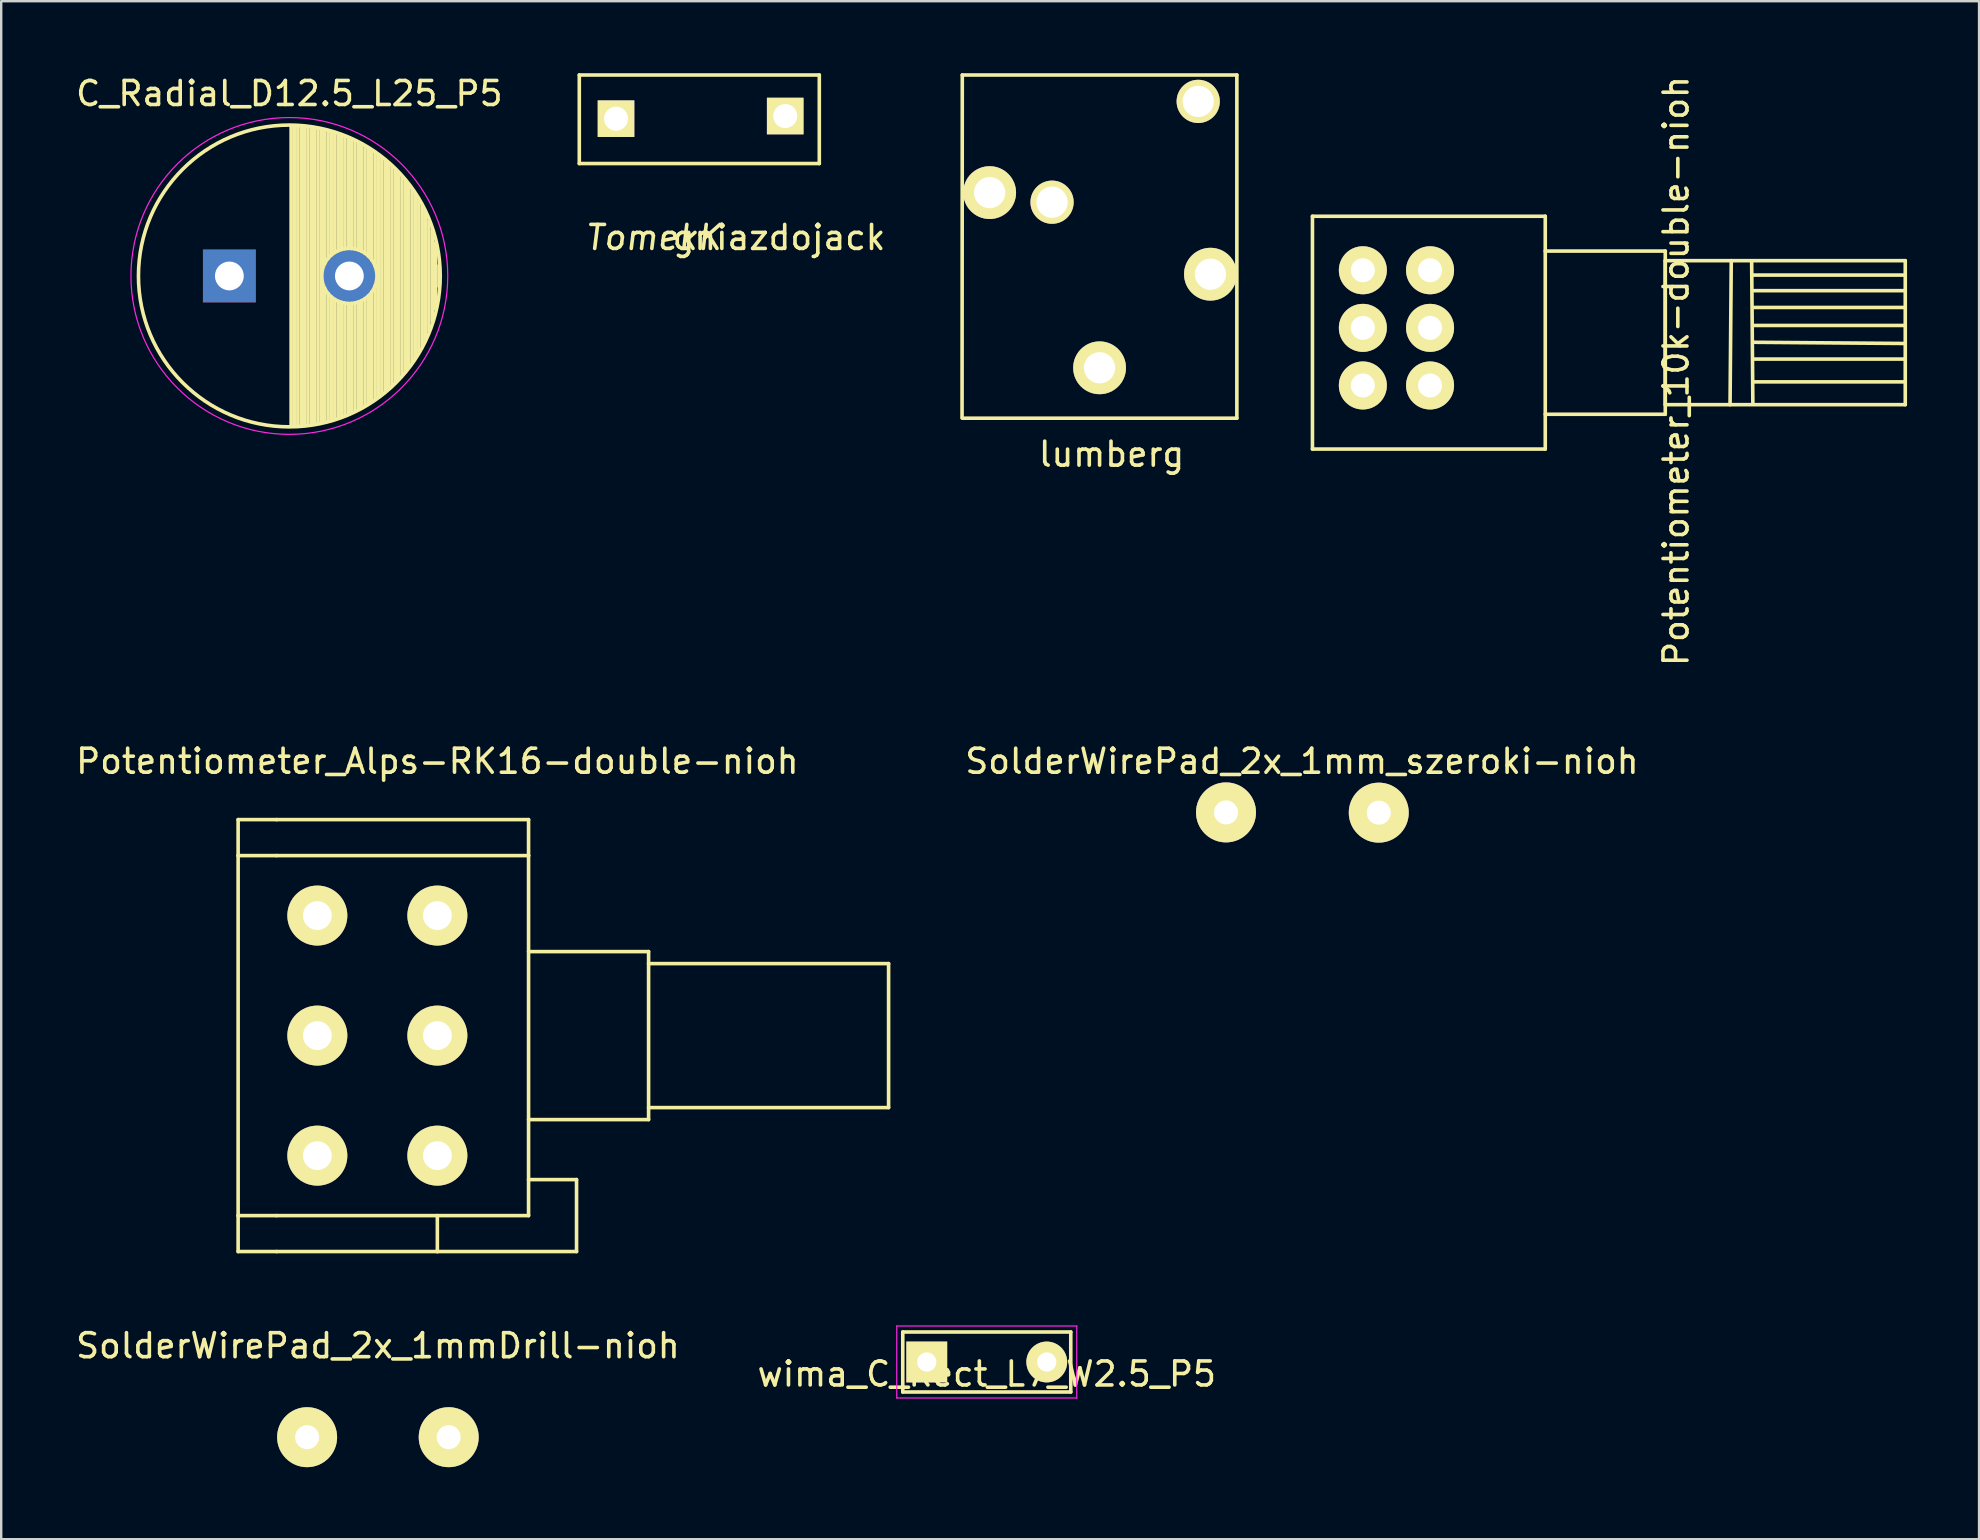
<source format=kicad_pcb>
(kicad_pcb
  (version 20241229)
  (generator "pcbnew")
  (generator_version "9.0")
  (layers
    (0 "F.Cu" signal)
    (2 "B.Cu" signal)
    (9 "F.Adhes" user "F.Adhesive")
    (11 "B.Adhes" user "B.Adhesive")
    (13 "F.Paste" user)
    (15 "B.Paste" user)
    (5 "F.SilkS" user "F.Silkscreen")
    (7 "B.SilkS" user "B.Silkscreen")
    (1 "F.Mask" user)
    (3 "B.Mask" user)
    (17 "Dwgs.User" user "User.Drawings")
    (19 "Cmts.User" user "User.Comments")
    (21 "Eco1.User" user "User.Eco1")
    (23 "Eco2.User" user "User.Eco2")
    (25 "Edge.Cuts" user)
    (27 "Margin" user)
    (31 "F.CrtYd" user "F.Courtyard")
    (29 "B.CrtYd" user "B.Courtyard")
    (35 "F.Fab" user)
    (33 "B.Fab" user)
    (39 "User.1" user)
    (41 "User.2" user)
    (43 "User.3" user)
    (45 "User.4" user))
  (footprint "SolderWirePad_2x_1mmDrill-nioh"
    (layer "F.Cu")
    (at 12.696 56.832)
    (property "Reference" "SolderWirePad_2x_1mmDrill-nioh" (at 0 -3.81 0) (layer "F.SilkS") (effects (font (size 1 1) (thickness 0.15))))
    (attr through_hole)
    (pad "1" thru_hole circle (at -2.95 0) (size 2.499 2.499) (drill 1.001) (layers "*.Cu" "*.Mask" "F.SilkS"))
    (pad "2" thru_hole circle (at 2.95 0) (size 2.499 2.499) (drill 1.001) (layers "*.Cu" "*.Mask" "F.SilkS")))
  (footprint "lumberg"
    (layer "F.Cu")
    (at 42.765 14.375)
    (property "Reference" "lumberg" (at 0.5 1.5 0) (layer "F.SilkS") (effects (font (size 1 1) (thickness 0.15))))
    (attr through_hole)
    (fp_line (start -5.72 -14.3) (end -5.73 -0.02) (stroke (width 0.15) (type solid)) (layer "F.SilkS"))
    (fp_line (start -5.72 0) (end 5.72 0) (stroke (width 0.15) (type solid)) (layer "F.SilkS"))
    (fp_line (start 5.72 -14.3) (end -5.72 -14.3) (stroke (width 0.15) (type solid)) (layer "F.SilkS"))
    (fp_line (start 5.72 0) (end 5.72 -14.3) (stroke (width 0.15) (type solid)) (layer "F.SilkS"))
    (pad "1" thru_hole circle (at 0 -2.1) (size 2.2 2.2) (drill 1.3) (layers "*.Cu" "*.Mask" "F.SilkS"))
    (pad "2" thru_hole circle (at 4.62 -6) (size 2.2 2.2) (drill 1.3) (layers "*.Cu" "*.Mask" "F.SilkS"))
    (pad "3" thru_hole circle (at -4.58 -9.4) (size 2.2 2.2) (drill 1.3) (layers "*.Cu" "*.Mask" "F.SilkS"))
    (pad "4" thru_hole circle (at -1.98 -9) (size 1.8 1.8) (drill 1.3) (layers "*.Cu" "*.Mask" "F.SilkS"))
    (pad "5" thru_hole circle (at 4.11 -13.2) (size 1.8 1.8) (drill 1.3) (layers "*.Cu" "*.Mask" "F.SilkS")))
  (footprint "Potentiometer_10k-double-nioh"
    (layer "F.Cu")
    (at 61.035 8.661)
    (property "Reference" "Potentiometer_10k-double-nioh" (at 5.75 3.75 90) (layer "F.SilkS") (effects (font (size 1 1) (thickness 0.15))))
    (attr through_hole)
    (fp_line (start -9.4 -2.7) (end -9.4 7) (stroke (width 0.15) (type solid)) (layer "F.SilkS"))
    (fp_line (start -9.4 7) (end 0.3 7) (stroke (width 0.15) (type solid)) (layer "F.SilkS"))
    (fp_line (start 0.3 -2.7) (end -9.4 -2.7) (stroke (width 0.15) (type solid)) (layer "F.SilkS"))
    (fp_line (start 0.3 -1.25) (end 5.3 -1.25) (stroke (width 0.15) (type solid)) (layer "F.SilkS"))
    (fp_line (start 0.3 5.55) (end 5.3 5.55) (stroke (width 0.15) (type solid)) (layer "F.SilkS"))
    (fp_line (start 0.3 7) (end 0.3 -2.7) (stroke (width 0.15) (type solid)) (layer "F.SilkS"))
    (fp_line (start 5.3 -0.85) (end 5.3 5.15) (stroke (width 0.15) (type solid)) (layer "F.SilkS"))
    (fp_line (start 5.3 5.15) (end 15.3 5.15) (stroke (width 0.15) (type solid)) (layer "F.SilkS"))
    (fp_line (start 5.3 5.55) (end 5.3 -1.25) (stroke (width 0.15) (type solid)) (layer "F.SilkS"))
    (fp_line (start 8.05 -0.85) (end 8 5.15) (stroke (width 0.15) (type solid)) (layer "F.SilkS"))
    (fp_line (start 8.95 -0.25) (end 15.25 -0.25) (stroke (width 0.15) (type solid)) (layer "F.SilkS"))
    (fp_line (start 8.95 1.85) (end 15.25 1.85) (stroke (width 0.15) (type solid)) (layer "F.SilkS"))
    (fp_line (start 8.95 2.55) (end 15.25 2.6) (stroke (width 0.15) (type solid)) (layer "F.SilkS"))
    (fp_line (start 8.95 3.25) (end 15.3 3.25) (stroke (width 0.15) (type solid)) (layer "F.SilkS"))
    (fp_line (start 8.95 4.2) (end 15.25 4.2) (stroke (width 0.15) (type solid)) (layer "F.SilkS"))
    (fp_line (start 8.95 5.1) (end 8.9 -0.8) (stroke (width 0.15) (type solid)) (layer "F.SilkS"))
    (fp_line (start 9 0.4) (end 15.25 0.4) (stroke (width 0.15) (type solid)) (layer "F.SilkS"))
    (fp_line (start 9 1.1) (end 15.3 1.1) (stroke (width 0.15) (type solid)) (layer "F.SilkS"))
    (fp_line (start 15.3 -0.85) (end 5.3 -0.85) (stroke (width 0.15) (type solid)) (layer "F.SilkS"))
    (fp_line (start 15.3 5.15) (end 15.3 -0.85) (stroke (width 0.15) (type solid)) (layer "F.SilkS"))
    (pad "1" thru_hole circle (at -4.5 4.35) (size 2 2) (drill 1) (layers "*.Cu" "*.Mask" "F.SilkS"))
    (pad "2" thru_hole circle (at -4.5 1.95) (size 2 2) (drill 1) (layers "*.Cu" "*.Mask" "F.SilkS"))
    (pad "3" thru_hole circle (at -4.5 -0.45) (size 2 2) (drill 1) (layers "*.Cu" "*.Mask" "F.SilkS"))
    (pad "4" thru_hole circle (at -7.3 4.35) (size 2 2) (drill 1) (layers "*.Cu" "*.Mask" "F.SilkS"))
    (pad "5" thru_hole circle (at -7.3 1.95) (size 2 2) (drill 1) (layers "*.Cu" "*.Mask" "F.SilkS"))
    (pad "6" thru_hole circle (at -7.3 -0.45) (size 2 2) (drill 1) (layers "*.Cu" "*.Mask" "F.SilkS")))
  (footprint "gniazdojack"
    (layer "F.Cu")
    (at 31.087 9.835)
    (property "Reference" "gniazdojack" (at -1.68 -2.99 0) (layer "F.SilkS") (effects (font (size 1 1) (thickness 0.15))))
    (attr through_hole)
    (fp_line (start -10 -9.76) (end 0 -9.76) (stroke (width 0.15) (type solid)) (layer "F.SilkS"))
    (fp_line (start -10 -6.07) (end -10 -9.76) (stroke (width 0.15) (type solid)) (layer "F.SilkS"))
    (fp_line (start 0 -9.76) (end 0 -6.07) (stroke (width 0.15) (type solid)) (layer "F.SilkS"))
    (fp_line (start 0 -6.07) (end -10 -6.07) (stroke (width 0.15) (type solid)) (layer "F.SilkS"))
    (fp_text user "TomekK" (at -6.9 -2.99 0) (layer "F.SilkS") (effects (font (size 1 1) (thickness 0.15) (italic yes))))
    (pad "1" thru_hole rect (at -8.47 -7.94) (size 1.524 1.524) (drill 1) (layers "*.Cu" "*.Mask" "F.SilkS"))
    (pad "2" thru_hole rect (at -1.42 -8.05) (size 1.524 1.524) (drill 1) (layers "*.Cu" "*.Mask" "F.SilkS")))
  (footprint "wima_C_Rect_L7_W2.5_P5"
    (layer "F.Cu")
    (at 35.565 53.699)
    (property "Reference" "wima_C_Rect_L7_W2.5_P5" (at 2.5 0.5 0) (layer "F.SilkS") (effects (font (size 1 1) (thickness 0.15))))
    (attr through_hole)
    (fp_line (start -1 -1.25) (end 6 -1.25) (stroke (width 0.15) (type solid)) (layer "F.SilkS"))
    (fp_line (start -1 1.25) (end -1 -1.25) (stroke (width 0.15) (type solid)) (layer "F.SilkS"))
    (fp_line (start 6 -1.25) (end 6 1.25) (stroke (width 0.15) (type solid)) (layer "F.SilkS"))
    (fp_line (start 6 1.25) (end -1 1.25) (stroke (width 0.15) (type solid)) (layer "F.SilkS"))
    (fp_line (start -1.25 -1.5) (end 6.25 -1.5) (stroke (width 0.05) (type solid)) (layer "F.CrtYd"))
    (fp_line (start -1.25 1.5) (end -1.25 -1.5) (stroke (width 0.05) (type solid)) (layer "F.CrtYd"))
    (fp_line (start 6.25 -1.5) (end 6.25 1.5) (stroke (width 0.05) (type solid)) (layer "F.CrtYd"))
    (fp_line (start 6.25 1.5) (end -1.25 1.5) (stroke (width 0.05) (type solid)) (layer "F.CrtYd"))
    (pad "1" thru_hole rect (at 0 0) (size 1.7 1.7) (drill 0.8) (layers "*.Cu" "*.Mask" "F.SilkS"))
    (pad "2" thru_hole circle (at 5 0) (size 1.7 1.7) (drill 0.8) (layers "*.Cu" "*.Mask" "F.SilkS")))
  (footprint "Potentiometer_Alps-RK16-double-nioh"
    (layer "F.Cu")
    (at 15.173 35.098)
    (property "Reference" "Potentiometer_Alps-RK16-double-nioh" (at 0 -6.429 0) (layer "F.SilkS") (effects (font (size 1 1) (thickness 0.15))))
    (attr through_hole)
    (fp_line (start -8.301 -3.998) (end -8.301 -2.499) (stroke (width 0.15) (type solid)) (layer "F.SilkS"))
    (fp_line (start -8.301 -2.499) (end -8.301 12.502) (stroke (width 0.15) (type solid)) (layer "F.SilkS"))
    (fp_line (start -8.301 12.502) (end -6.701 12.502) (stroke (width 0.15) (type solid)) (layer "F.SilkS"))
    (fp_line (start -8.301 14) (end -8.301 12.502) (stroke (width 0.15) (type solid)) (layer "F.SilkS"))
    (fp_line (start -6.701 -3.998) (end -8.301 -3.998) (stroke (width 0.15) (type solid)) (layer "F.SilkS"))
    (fp_line (start -6.701 -2.499) (end -8.301 -2.499) (stroke (width 0.15) (type solid)) (layer "F.SilkS"))
    (fp_line (start -6.701 12.502) (end 3.8 12.502) (stroke (width 0.15) (type solid)) (layer "F.SilkS"))
    (fp_line (start -6.701 14) (end -8.301 14) (stroke (width 0.15) (type solid)) (layer "F.SilkS"))
    (fp_line (start 0 14) (end -6.701 14) (stroke (width 0.15) (type solid)) (layer "F.SilkS"))
    (fp_line (start 0 14) (end 0 12.502) (stroke (width 0.15) (type solid)) (layer "F.SilkS"))
    (fp_line (start 3.8 -3.998) (end -6.701 -3.998) (stroke (width 0.15) (type solid)) (layer "F.SilkS"))
    (fp_line (start 3.8 -2.499) (end -6.701 -2.499) (stroke (width 0.15) (type solid)) (layer "F.SilkS"))
    (fp_line (start 3.8 -2.499) (end 3.8 -3.998) (stroke (width 0.15) (type solid)) (layer "F.SilkS"))
    (fp_line (start 3.8 1.501) (end 8.801 1.501) (stroke (width 0.15) (type solid)) (layer "F.SilkS"))
    (fp_line (start 3.8 11.001) (end 5.799 11.001) (stroke (width 0.15) (type solid)) (layer "F.SilkS"))
    (fp_line (start 3.8 12.502) (end 3.8 -2.499) (stroke (width 0.15) (type solid)) (layer "F.SilkS"))
    (fp_line (start 5.799 11.001) (end 5.799 14) (stroke (width 0.15) (type solid)) (layer "F.SilkS"))
    (fp_line (start 5.799 14) (end 0 14) (stroke (width 0.15) (type solid)) (layer "F.SilkS"))
    (fp_line (start 8.801 1.501) (end 8.801 8.501) (stroke (width 0.15) (type solid)) (layer "F.SilkS"))
    (fp_line (start 8.801 2.002) (end 18.801 2.002) (stroke (width 0.15) (type solid)) (layer "F.SilkS"))
    (fp_line (start 8.801 8.501) (end 3.8 8.501) (stroke (width 0.15) (type solid)) (layer "F.SilkS"))
    (fp_line (start 18.801 2.002) (end 18.801 8.001) (stroke (width 0.15) (type solid)) (layer "F.SilkS"))
    (fp_line (start 18.801 8.001) (end 8.801 8.001) (stroke (width 0.15) (type solid)) (layer "F.SilkS"))
    (pad "1" thru_hole circle (at 0 10.003) (size 2.499 2.499) (drill 1.199) (layers "*.Cu" "*.Mask" "F.SilkS"))
    (pad "2" thru_hole circle (at 0 5.001) (size 2.499 2.499) (drill 1.199) (layers "*.Cu" "*.Mask" "F.SilkS"))
    (pad "3" thru_hole circle (at 0 0) (size 2.499 2.499) (drill 1.199) (layers "*.Cu" "*.Mask" "F.SilkS"))
    (pad "4" thru_hole circle (at -5.001 10.003) (size 2.499 2.499) (drill 1.199) (layers "*.Cu" "*.Mask" "F.SilkS"))
    (pad "5" thru_hole circle (at -5.001 5.001) (size 2.499 2.499) (drill 1.199) (layers "*.Cu" "*.Mask" "F.SilkS"))
    (pad "6" thru_hole circle (at -5.001 0) (size 2.499 2.499) (drill 1.199) (layers "*.Cu" "*.Mask" "F.SilkS")))
  (footprint "SolderWirePad_2x_1mm_szeroki-nioh"
    (layer "F.Cu")
    (at 49.938 30.8)
    (property "Reference" "SolderWirePad_2x_1mm_szeroki-nioh" (at 1.26 -2.13 0) (layer "F.SilkS") (effects (font (size 1 1) (thickness 0.15))))
    (attr through_hole)
    (pad "1" thru_hole circle (at -1.905 0) (size 2.499 2.499) (drill 1.001) (layers "*.Cu" "*.Mask" "F.SilkS"))
    (pad "2" thru_hole circle (at 4.46 0.01) (size 2.499 2.499) (drill 1.001) (layers "*.Cu" "*.Mask" "F.SilkS")))
  (footprint "C_Radial_D12.5_L25_P5"
    (layer "F.Cu")
    (at 6.506 8.448)
    (property "Reference" "C_Radial_D12.5_L25_P5" (at 2.5 -7.6 0) (layer "F.SilkS") (effects (font (size 1 1) (thickness 0.15))))
    (attr through_hole)
    (fp_line (start 2.575 -6.25) (end 2.575 6.25) (stroke (width 0.15) (type solid)) (layer "F.SilkS"))
    (fp_line (start 2.715 -6.246) (end 2.715 6.246) (stroke (width 0.15) (type solid)) (layer "F.SilkS"))
    (fp_line (start 2.855 -6.24) (end 2.855 6.24) (stroke (width 0.15) (type solid)) (layer "F.SilkS"))
    (fp_line (start 2.995 -6.23) (end 2.995 6.23) (stroke (width 0.15) (type solid)) (layer "F.SilkS"))
    (fp_line (start 3.135 -6.218) (end 3.135 6.218) (stroke (width 0.15) (type solid)) (layer "F.SilkS"))
    (fp_line (start 3.275 -6.202) (end 3.275 6.202) (stroke (width 0.15) (type solid)) (layer "F.SilkS"))
    (fp_line (start 3.415 -6.183) (end 3.415 6.183) (stroke (width 0.15) (type solid)) (layer "F.SilkS"))
    (fp_line (start 3.555 -6.16) (end 3.555 6.16) (stroke (width 0.15) (type solid)) (layer "F.SilkS"))
    (fp_line (start 3.695 -6.135) (end 3.695 6.135) (stroke (width 0.15) (type solid)) (layer "F.SilkS"))
    (fp_line (start 3.835 -6.106) (end 3.835 6.106) (stroke (width 0.15) (type solid)) (layer "F.SilkS"))
    (fp_line (start 3.975 -6.073) (end 3.975 -0.521) (stroke (width 0.15) (type solid)) (layer "F.SilkS"))
    (fp_line (start 3.975 0.521) (end 3.975 6.073) (stroke (width 0.15) (type solid)) (layer "F.SilkS"))
    (fp_line (start 4.115 -6.038) (end 4.115 -0.734) (stroke (width 0.15) (type solid)) (layer "F.SilkS"))
    (fp_line (start 4.115 0.734) (end 4.115 6.038) (stroke (width 0.15) (type solid)) (layer "F.SilkS"))
    (fp_line (start 4.255 -5.999) (end 4.255 -0.876) (stroke (width 0.15) (type solid)) (layer "F.SilkS"))
    (fp_line (start 4.255 0.876) (end 4.255 5.999) (stroke (width 0.15) (type solid)) (layer "F.SilkS"))
    (fp_line (start 4.395 -5.956) (end 4.395 -0.978) (stroke (width 0.15) (type solid)) (layer "F.SilkS"))
    (fp_line (start 4.395 0.978) (end 4.395 5.956) (stroke (width 0.15) (type solid)) (layer "F.SilkS"))
    (fp_line (start 4.535 -5.909) (end 4.535 -1.052) (stroke (width 0.15) (type solid)) (layer "F.SilkS"))
    (fp_line (start 4.535 1.052) (end 4.535 5.909) (stroke (width 0.15) (type solid)) (layer "F.SilkS"))
    (fp_line (start 4.675 -5.859) (end 4.675 -1.103) (stroke (width 0.15) (type solid)) (layer "F.SilkS"))
    (fp_line (start 4.675 1.103) (end 4.675 5.859) (stroke (width 0.15) (type solid)) (layer "F.SilkS"))
    (fp_line (start 4.815 -5.805) (end 4.815 -1.135) (stroke (width 0.15) (type solid)) (layer "F.SilkS"))
    (fp_line (start 4.815 1.135) (end 4.815 5.805) (stroke (width 0.15) (type solid)) (layer "F.SilkS"))
    (fp_line (start 4.955 -5.748) (end 4.955 -1.149) (stroke (width 0.15) (type solid)) (layer "F.SilkS"))
    (fp_line (start 4.955 1.149) (end 4.955 5.748) (stroke (width 0.15) (type solid)) (layer "F.SilkS"))
    (fp_line (start 5.095 -5.686) (end 5.095 -1.146) (stroke (width 0.15) (type solid)) (layer "F.SilkS"))
    (fp_line (start 5.095 1.146) (end 5.095 5.686) (stroke (width 0.15) (type solid)) (layer "F.SilkS"))
    (fp_line (start 5.235 -5.62) (end 5.235 -1.126) (stroke (width 0.15) (type solid)) (layer "F.SilkS"))
    (fp_line (start 5.235 1.126) (end 5.235 5.62) (stroke (width 0.15) (type solid)) (layer "F.SilkS"))
    (fp_line (start 5.375 -5.549) (end 5.375 -1.087) (stroke (width 0.15) (type solid)) (layer "F.SilkS"))
    (fp_line (start 5.375 1.087) (end 5.375 5.549) (stroke (width 0.15) (type solid)) (layer "F.SilkS"))
    (fp_line (start 5.515 -5.475) (end 5.515 -1.028) (stroke (width 0.15) (type solid)) (layer "F.SilkS"))
    (fp_line (start 5.515 1.028) (end 5.515 5.475) (stroke (width 0.15) (type solid)) (layer "F.SilkS"))
    (fp_line (start 5.655 -5.395) (end 5.655 -0.945) (stroke (width 0.15) (type solid)) (layer "F.SilkS"))
    (fp_line (start 5.655 0.945) (end 5.655 5.395) (stroke (width 0.15) (type solid)) (layer "F.SilkS"))
    (fp_line (start 5.795 -5.311) (end 5.795 -0.831) (stroke (width 0.15) (type solid)) (layer "F.SilkS"))
    (fp_line (start 5.795 0.831) (end 5.795 5.311) (stroke (width 0.15) (type solid)) (layer "F.SilkS"))
    (fp_line (start 5.935 -5.221) (end 5.935 -0.67) (stroke (width 0.15) (type solid)) (layer "F.SilkS"))
    (fp_line (start 5.935 0.67) (end 5.935 5.221) (stroke (width 0.15) (type solid)) (layer "F.SilkS"))
    (fp_line (start 6.075 -5.127) (end 6.075 -0.409) (stroke (width 0.15) (type solid)) (layer "F.SilkS"))
    (fp_line (start 6.075 0.409) (end 6.075 5.127) (stroke (width 0.15) (type solid)) (layer "F.SilkS"))
    (fp_line (start 6.215 -5.026) (end 6.215 5.026) (stroke (width 0.15) (type solid)) (layer "F.SilkS"))
    (fp_line (start 6.355 -4.919) (end 6.355 4.919) (stroke (width 0.15) (type solid)) (layer "F.SilkS"))
    (fp_line (start 6.495 -4.807) (end 6.495 4.807) (stroke (width 0.15) (type solid)) (layer "F.SilkS"))
    (fp_line (start 6.635 -4.687) (end 6.635 4.687) (stroke (width 0.15) (type solid)) (layer "F.SilkS"))
    (fp_line (start 6.775 -4.559) (end 6.775 4.559) (stroke (width 0.15) (type solid)) (layer "F.SilkS"))
    (fp_line (start 6.915 -4.424) (end 6.915 4.424) (stroke (width 0.15) (type solid)) (layer "F.SilkS"))
    (fp_line (start 7.055 -4.28) (end 7.055 4.28) (stroke (width 0.15) (type solid)) (layer "F.SilkS"))
    (fp_line (start 7.195 -4.125) (end 7.195 4.125) (stroke (width 0.15) (type solid)) (layer "F.SilkS"))
    (fp_line (start 7.335 -3.96) (end 7.335 3.96) (stroke (width 0.15) (type solid)) (layer "F.SilkS"))
    (fp_line (start 7.475 -3.783) (end 7.475 3.783) (stroke (width 0.15) (type solid)) (layer "F.SilkS"))
    (fp_line (start 7.615 -3.592) (end 7.615 3.592) (stroke (width 0.15) (type solid)) (layer "F.SilkS"))
    (fp_line (start 7.755 -3.383) (end 7.755 3.383) (stroke (width 0.15) (type solid)) (layer "F.SilkS"))
    (fp_line (start 7.895 -3.155) (end 7.895 3.155) (stroke (width 0.15) (type solid)) (layer "F.SilkS"))
    (fp_line (start 8.035 -2.903) (end 8.035 2.903) (stroke (width 0.15) (type solid)) (layer "F.SilkS"))
    (fp_line (start 8.175 -2.619) (end 8.175 2.619) (stroke (width 0.15) (type solid)) (layer "F.SilkS"))
    (fp_line (start 8.315 -2.291) (end 8.315 2.291) (stroke (width 0.15) (type solid)) (layer "F.SilkS"))
    (fp_line (start 8.455 -1.897) (end 8.455 1.897) (stroke (width 0.15) (type solid)) (layer "F.SilkS"))
    (fp_line (start 8.595 -1.383) (end 8.595 1.383) (stroke (width 0.15) (type solid)) (layer "F.SilkS"))
    (fp_line (start 8.735 -0.433) (end 8.735 0.433) (stroke (width 0.15) (type solid)) (layer "F.SilkS"))
    (fp_circle (center 2.5 0) (end 2.5 -6.287) (stroke (width 0.15) (type solid)) (fill no) (layer "F.SilkS"))
    (fp_circle (center 5 0) (end 5 -1.15) (stroke (width 0.15) (type solid)) (fill no) (layer "F.SilkS"))
    (fp_circle (center 2.5 0) (end 2.5 -6.6) (stroke (width 0.05) (type solid)) (fill no) (layer "F.CrtYd"))
    (pad "1" thru_hole rect (at 0 0) (size 2.2 2.2) (drill 1.2) (layers "*.Cu" "*.Mask"))
    (pad "2" thru_hole circle (at 5 0) (size 2.2 2.2) (drill 1.2) (layers "*.Cu" "*.Mask")))
  (gr_rect
    (start -3 -3)
    (end 79.41 61.082)
    (stroke (width 0.1) (type default))
    (fill no)
    (layer "Edge.Cuts")))
</source>
